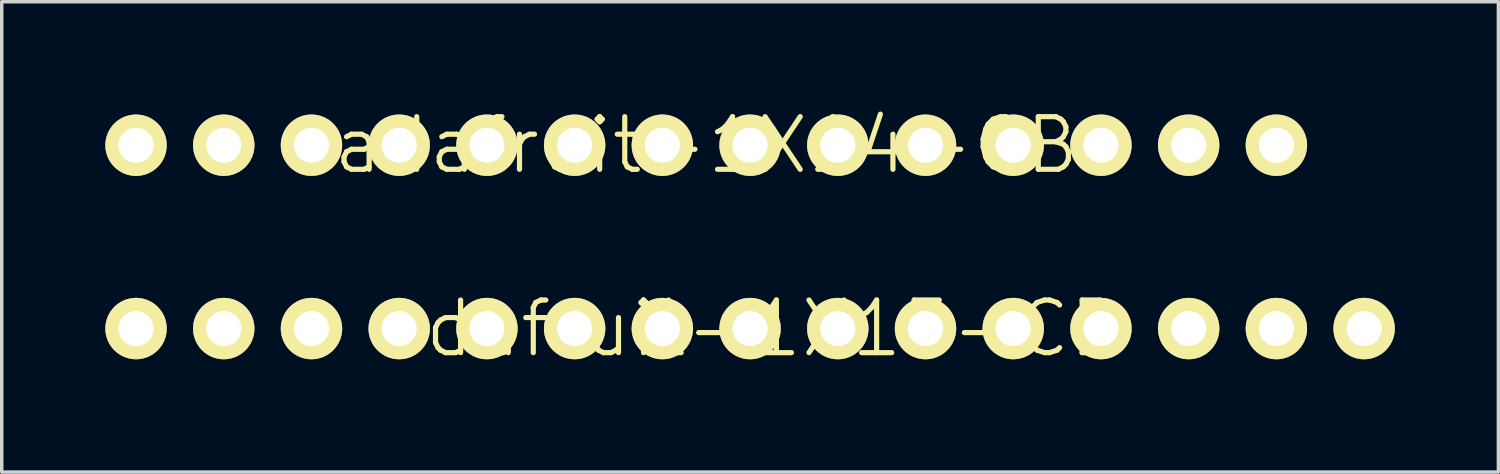
<source format=kicad_pcb>
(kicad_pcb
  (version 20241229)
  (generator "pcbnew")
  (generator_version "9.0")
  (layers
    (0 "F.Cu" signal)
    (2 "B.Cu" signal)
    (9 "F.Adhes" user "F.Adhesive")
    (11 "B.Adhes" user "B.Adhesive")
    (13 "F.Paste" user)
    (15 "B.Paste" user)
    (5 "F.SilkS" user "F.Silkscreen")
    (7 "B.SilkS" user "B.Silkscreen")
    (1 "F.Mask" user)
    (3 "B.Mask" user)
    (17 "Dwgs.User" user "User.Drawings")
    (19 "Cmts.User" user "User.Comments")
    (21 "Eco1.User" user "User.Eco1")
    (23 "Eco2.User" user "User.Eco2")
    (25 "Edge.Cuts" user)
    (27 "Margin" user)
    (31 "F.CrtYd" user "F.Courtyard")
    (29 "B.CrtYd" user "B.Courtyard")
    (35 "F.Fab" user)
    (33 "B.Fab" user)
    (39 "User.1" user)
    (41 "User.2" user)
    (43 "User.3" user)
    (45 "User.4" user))
  (footprint "adafruit-1X15-CB"
    (layer "F.Cu")
    (at 18.669 6.464)
    (property "Reference" "adafruit-1X15-CB" (at 0 0 0) (layer "F.SilkS") (effects (font (size 1.524 1.524) (thickness 0.15))))
    (attr exclude_from_pos_files exclude_from_bom)
    (pad "1" thru_hole circle (at -17.78 0) (size 1.778 1.778) (drill 1.016) (layers "*.Cu" "F.Mask" "F.SilkS" "F.Paste"))
    (pad "2" thru_hole circle (at -15.24 0) (size 1.778 1.778) (drill 1.016) (layers "*.Cu" "F.Mask" "F.SilkS" "F.Paste"))
    (pad "3" thru_hole circle (at -12.7 0) (size 1.778 1.778) (drill 1.016) (layers "*.Cu" "F.Mask" "F.SilkS" "F.Paste"))
    (pad "4" thru_hole circle (at -10.16 0) (size 1.778 1.778) (drill 1.016) (layers "*.Cu" "F.Mask" "F.SilkS" "F.Paste"))
    (pad "5" thru_hole circle (at -7.62 0) (size 1.778 1.778) (drill 1.016) (layers "*.Cu" "F.Mask" "F.SilkS" "F.Paste"))
    (pad "6" thru_hole circle (at -5.08 0) (size 1.778 1.778) (drill 1.016) (layers "*.Cu" "F.Mask" "F.SilkS" "F.Paste"))
    (pad "7" thru_hole circle (at -2.54 0) (size 1.778 1.778) (drill 1.016) (layers "*.Cu" "F.Mask" "F.SilkS" "F.Paste"))
    (pad "8" thru_hole circle (at 0 0) (size 1.778 1.778) (drill 1.016) (layers "*.Cu" "F.Mask" "F.SilkS" "F.Paste"))
    (pad "9" thru_hole circle (at 2.54 0) (size 1.778 1.778) (drill 1.016) (layers "*.Cu" "F.Mask" "F.SilkS" "F.Paste"))
    (pad "10" thru_hole circle (at 5.08 0) (size 1.778 1.778) (drill 1.016) (layers "*.Cu" "F.Mask" "F.SilkS" "F.Paste"))
    (pad "11" thru_hole circle (at 7.62 0) (size 1.778 1.778) (drill 1.016) (layers "*.Cu" "F.Mask" "F.SilkS" "F.Paste"))
    (pad "12" thru_hole circle (at 10.16 0) (size 1.778 1.778) (drill 1.016) (layers "*.Cu" "F.Mask" "F.SilkS" "F.Paste"))
    (pad "13" thru_hole circle (at 12.7 0) (size 1.778 1.778) (drill 1.016) (layers "*.Cu" "F.Mask" "F.SilkS" "F.Paste"))
    (pad "14" thru_hole circle (at 15.24 0) (size 1.778 1.778) (drill 1.016) (layers "*.Cu" "F.Mask" "F.SilkS" "F.Paste"))
    (pad "15" thru_hole circle (at 17.78 0) (size 1.778 1.778) (drill 1.016) (layers "*.Cu" "F.Mask" "F.SilkS" "F.Paste")))
  (footprint "adafruit-1X14-CB"
    (layer "F.Cu")
    (at 17.399 1.155)
    (property "Reference" "adafruit-1X14-CB" (at 0 0 0) (layer "F.SilkS") (effects (font (size 1.524 1.524) (thickness 0.15))))
    (attr exclude_from_pos_files exclude_from_bom)
    (fp_line (start -16.764 -0.254) (end -16.256 -0.254) (stroke (width 0.066) (type solid)) (layer "F.SilkS"))
    (fp_line (start -16.764 0.254) (end -16.764 -0.254) (stroke (width 0.066) (type solid)) (layer "F.SilkS"))
    (fp_line (start -16.764 0.254) (end -16.256 0.254) (stroke (width 0.066) (type solid)) (layer "F.SilkS"))
    (fp_line (start -16.256 0.254) (end -16.256 -0.254) (stroke (width 0.066) (type solid)) (layer "F.SilkS"))
    (fp_line (start -14.224 -0.254) (end -13.716 -0.254) (stroke (width 0.066) (type solid)) (layer "F.SilkS"))
    (fp_line (start -14.224 0.254) (end -14.224 -0.254) (stroke (width 0.066) (type solid)) (layer "F.SilkS"))
    (fp_line (start -14.224 0.254) (end -13.716 0.254) (stroke (width 0.066) (type solid)) (layer "F.SilkS"))
    (fp_line (start -13.716 0.254) (end -13.716 -0.254) (stroke (width 0.066) (type solid)) (layer "F.SilkS"))
    (fp_line (start -11.684 -0.254) (end -11.176 -0.254) (stroke (width 0.066) (type solid)) (layer "F.SilkS"))
    (fp_line (start -11.684 0.254) (end -11.684 -0.254) (stroke (width 0.066) (type solid)) (layer "F.SilkS"))
    (fp_line (start -11.684 0.254) (end -11.176 0.254) (stroke (width 0.066) (type solid)) (layer "F.SilkS"))
    (fp_line (start -11.176 0.254) (end -11.176 -0.254) (stroke (width 0.066) (type solid)) (layer "F.SilkS"))
    (fp_line (start -9.144 -0.254) (end -8.636 -0.254) (stroke (width 0.066) (type solid)) (layer "F.SilkS"))
    (fp_line (start -9.144 0.254) (end -9.144 -0.254) (stroke (width 0.066) (type solid)) (layer "F.SilkS"))
    (fp_line (start -9.144 0.254) (end -8.636 0.254) (stroke (width 0.066) (type solid)) (layer "F.SilkS"))
    (fp_line (start -8.636 0.254) (end -8.636 -0.254) (stroke (width 0.066) (type solid)) (layer "F.SilkS"))
    (fp_line (start -6.604 -0.254) (end -6.096 -0.254) (stroke (width 0.066) (type solid)) (layer "F.SilkS"))
    (fp_line (start -6.604 0.254) (end -6.604 -0.254) (stroke (width 0.066) (type solid)) (layer "F.SilkS"))
    (fp_line (start -6.604 0.254) (end -6.096 0.254) (stroke (width 0.066) (type solid)) (layer "F.SilkS"))
    (fp_line (start -6.096 0.254) (end -6.096 -0.254) (stroke (width 0.066) (type solid)) (layer "F.SilkS"))
    (fp_line (start -4.064 -0.254) (end -3.556 -0.254) (stroke (width 0.066) (type solid)) (layer "F.SilkS"))
    (fp_line (start -4.064 0.254) (end -4.064 -0.254) (stroke (width 0.066) (type solid)) (layer "F.SilkS"))
    (fp_line (start -4.064 0.254) (end -3.556 0.254) (stroke (width 0.066) (type solid)) (layer "F.SilkS"))
    (fp_line (start -3.556 0.254) (end -3.556 -0.254) (stroke (width 0.066) (type solid)) (layer "F.SilkS"))
    (fp_line (start -1.524 -0.254) (end -1.016 -0.254) (stroke (width 0.066) (type solid)) (layer "F.SilkS"))
    (fp_line (start -1.524 0.254) (end -1.524 -0.254) (stroke (width 0.066) (type solid)) (layer "F.SilkS"))
    (fp_line (start -1.524 0.254) (end -1.016 0.254) (stroke (width 0.066) (type solid)) (layer "F.SilkS"))
    (fp_line (start -1.016 0.254) (end -1.016 -0.254) (stroke (width 0.066) (type solid)) (layer "F.SilkS"))
    (fp_line (start 1.016 -0.254) (end 1.524 -0.254) (stroke (width 0.066) (type solid)) (layer "F.SilkS"))
    (fp_line (start 1.016 0.254) (end 1.016 -0.254) (stroke (width 0.066) (type solid)) (layer "F.SilkS"))
    (fp_line (start 1.016 0.254) (end 1.524 0.254) (stroke (width 0.066) (type solid)) (layer "F.SilkS"))
    (fp_line (start 1.524 0.254) (end 1.524 -0.254) (stroke (width 0.066) (type solid)) (layer "F.SilkS"))
    (fp_line (start 3.556 -0.254) (end 4.064 -0.254) (stroke (width 0.066) (type solid)) (layer "F.SilkS"))
    (fp_line (start 3.556 0.254) (end 3.556 -0.254) (stroke (width 0.066) (type solid)) (layer "F.SilkS"))
    (fp_line (start 3.556 0.254) (end 4.064 0.254) (stroke (width 0.066) (type solid)) (layer "F.SilkS"))
    (fp_line (start 4.064 0.254) (end 4.064 -0.254) (stroke (width 0.066) (type solid)) (layer "F.SilkS"))
    (fp_line (start 6.096 -0.254) (end 6.604 -0.254) (stroke (width 0.066) (type solid)) (layer "F.SilkS"))
    (fp_line (start 6.096 0.254) (end 6.096 -0.254) (stroke (width 0.066) (type solid)) (layer "F.SilkS"))
    (fp_line (start 6.096 0.254) (end 6.604 0.254) (stroke (width 0.066) (type solid)) (layer "F.SilkS"))
    (fp_line (start 6.604 0.254) (end 6.604 -0.254) (stroke (width 0.066) (type solid)) (layer "F.SilkS"))
    (fp_line (start 8.636 -0.254) (end 9.144 -0.254) (stroke (width 0.066) (type solid)) (layer "F.SilkS"))
    (fp_line (start 8.636 0.254) (end 8.636 -0.254) (stroke (width 0.066) (type solid)) (layer "F.SilkS"))
    (fp_line (start 8.636 0.254) (end 9.144 0.254) (stroke (width 0.066) (type solid)) (layer "F.SilkS"))
    (fp_line (start 9.144 0.254) (end 9.144 -0.254) (stroke (width 0.066) (type solid)) (layer "F.SilkS"))
    (fp_line (start 11.176 -0.254) (end 11.684 -0.254) (stroke (width 0.066) (type solid)) (layer "F.SilkS"))
    (fp_line (start 11.176 0.254) (end 11.176 -0.254) (stroke (width 0.066) (type solid)) (layer "F.SilkS"))
    (fp_line (start 11.176 0.254) (end 11.684 0.254) (stroke (width 0.066) (type solid)) (layer "F.SilkS"))
    (fp_line (start 11.684 0.254) (end 11.684 -0.254) (stroke (width 0.066) (type solid)) (layer "F.SilkS"))
    (fp_line (start 13.716 -0.254) (end 14.224 -0.254) (stroke (width 0.066) (type solid)) (layer "F.SilkS"))
    (fp_line (start 13.716 0.254) (end 13.716 -0.254) (stroke (width 0.066) (type solid)) (layer "F.SilkS"))
    (fp_line (start 13.716 0.254) (end 14.224 0.254) (stroke (width 0.066) (type solid)) (layer "F.SilkS"))
    (fp_line (start 14.224 0.254) (end 14.224 -0.254) (stroke (width 0.066) (type solid)) (layer "F.SilkS"))
    (fp_line (start 16.256 -0.254) (end 16.764 -0.254) (stroke (width 0.066) (type solid)) (layer "F.SilkS"))
    (fp_line (start 16.256 0.254) (end 16.256 -0.254) (stroke (width 0.066) (type solid)) (layer "F.SilkS"))
    (fp_line (start 16.256 0.254) (end 16.764 0.254) (stroke (width 0.066) (type solid)) (layer "F.SilkS"))
    (fp_line (start 16.764 0.254) (end 16.764 -0.254) (stroke (width 0.066) (type solid)) (layer "F.SilkS"))
    (pad "1" thru_hole circle (at -16.51 0) (size 1.778 1.778) (drill 1.016) (layers "*.Cu" "F.Mask" "F.SilkS" "F.Paste"))
    (pad "2" thru_hole circle (at -13.97 0) (size 1.778 1.778) (drill 1.016) (layers "*.Cu" "F.Mask" "F.SilkS" "F.Paste"))
    (pad "3" thru_hole circle (at -11.43 0) (size 1.778 1.778) (drill 1.016) (layers "*.Cu" "F.Mask" "F.SilkS" "F.Paste"))
    (pad "4" thru_hole circle (at -8.89 0) (size 1.778 1.778) (drill 1.016) (layers "*.Cu" "F.Mask" "F.SilkS" "F.Paste"))
    (pad "5" thru_hole circle (at -6.35 0) (size 1.778 1.778) (drill 1.016) (layers "*.Cu" "F.Mask" "F.SilkS" "F.Paste"))
    (pad "6" thru_hole circle (at -3.81 0) (size 1.778 1.778) (drill 1.016) (layers "*.Cu" "F.Mask" "F.SilkS" "F.Paste"))
    (pad "7" thru_hole circle (at -1.27 0) (size 1.778 1.778) (drill 1.016) (layers "*.Cu" "F.Mask" "F.SilkS" "F.Paste"))
    (pad "8" thru_hole circle (at 1.27 0) (size 1.778 1.778) (drill 1.016) (layers "*.Cu" "F.Mask" "F.SilkS" "F.Paste"))
    (pad "9" thru_hole circle (at 3.81 0) (size 1.778 1.778) (drill 1.016) (layers "*.Cu" "F.Mask" "F.SilkS" "F.Paste"))
    (pad "10" thru_hole circle (at 6.35 0) (size 1.778 1.778) (drill 1.016) (layers "*.Cu" "F.Mask" "F.SilkS" "F.Paste"))
    (pad "11" thru_hole circle (at 8.89 0) (size 1.778 1.778) (drill 1.016) (layers "*.Cu" "F.Mask" "F.SilkS" "F.Paste"))
    (pad "12" thru_hole circle (at 11.43 0) (size 1.778 1.778) (drill 1.016) (layers "*.Cu" "F.Mask" "F.SilkS" "F.Paste"))
    (pad "13" thru_hole circle (at 13.97 0) (size 1.778 1.778) (drill 1.016) (layers "*.Cu" "F.Mask" "F.SilkS" "F.Paste"))
    (pad "14" thru_hole circle (at 16.51 0) (size 1.778 1.778) (drill 1.016) (layers "*.Cu" "F.Mask" "F.SilkS" "F.Paste")))
  (gr_rect
    (start -3 -3)
    (end 40.338 10.619)
    (stroke (width 0.1) (type default))
    (fill no)
    (layer "Edge.Cuts")))
</source>
